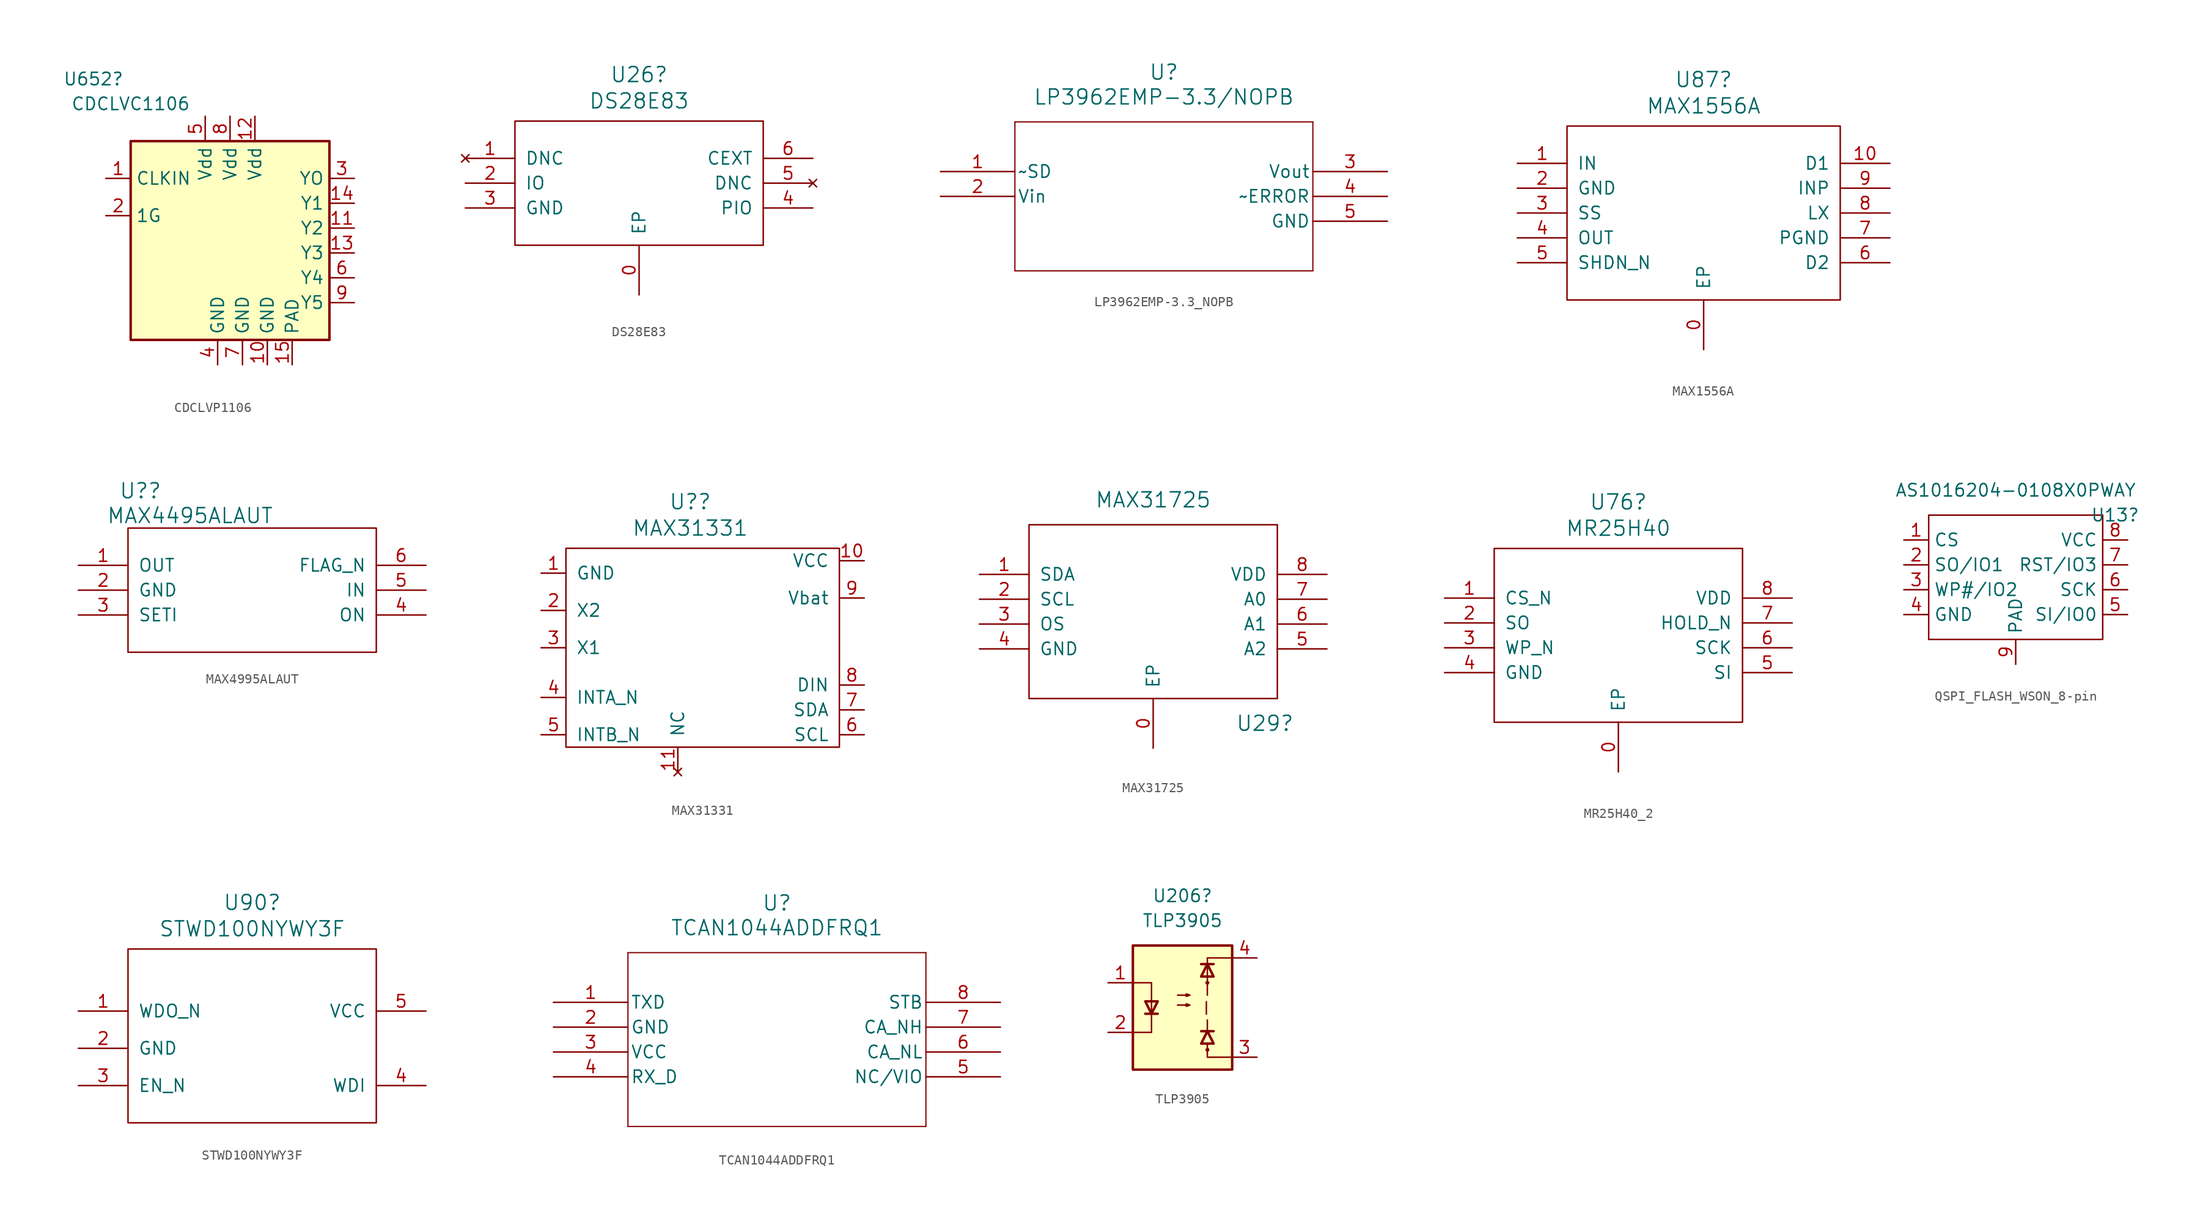
<source format=kicad_sym>
(kicad_symbol_lib
  (version 20241209)
  (generator "kicad_symbol_editor")
  (generator_version "9.0")
  (symbol "CDCLVP1106"
    (property "Reference" "U652"
      (at -13.97 16.51 0)
      (effects (font (size 1.27 1.27))))
    (property "Value" "CDCLVC1106"
      (at -10.16 13.97 0)
      (effects (font (size 1.27 1.27))))
    (symbol "CDCLVP1106_0_0"
      (pin input line (at -12.7 6.35 0) (length 2.54) (name "CLKIN" (effects (font (size 1.27 1.27)))) (number "1" (effects (font (size 1.27 1.27)))))
      (pin input line (at -12.7 2.54 0) (length 2.54) (name "1G" (effects (font (size 1.27 1.27)))) (number "2" (effects (font (size 1.27 1.27)))))
      (pin power_in line (at -2.54 12.7 270) (length 2.54) (name "Vdd" (effects (font (size 1.27 1.27)))) (number "5" (effects (font (size 1.27 1.27)))))
      (pin power_in line (at -1.27 -12.7 90) (length 2.54) (name "GND" (effects (font (size 1.27 1.27)))) (number "4" (effects (font (size 1.27 1.27)))))
      (pin power_in line (at 0 12.7 270) (length 2.54) (name "Vdd" (effects (font (size 1.27 1.27)))) (number "8" (effects (font (size 1.27 1.27)))))
      (pin power_in line (at 1.27 -12.7 90) (length 2.54) (name "GND" (effects (font (size 1.27 1.27)))) (number "7" (effects (font (size 1.27 1.27)))))
      (pin power_in line (at 2.54 12.7 270) (length 2.54) (name "Vdd" (effects (font (size 1.27 1.27)))) (number "12" (effects (font (size 1.27 1.27)))))
      (pin power_in line (at 3.81 -12.7 90) (length 2.54) (name "GND" (effects (font (size 1.27 1.27)))) (number "10" (effects (font (size 1.27 1.27)))))
      (pin output line (at 12.7 6.35 180) (length 2.54) (name "YO" (effects (font (size 1.27 1.27)))) (number "3" (effects (font (size 1.27 1.27)))))
      (pin output line (at 12.7 3.81 180) (length 2.54) (name "Y1" (effects (font (size 1.27 1.27)))) (number "14" (effects (font (size 1.27 1.27)))))
      (pin output line (at 12.7 1.27 180) (length 2.54) (name "Y2" (effects (font (size 1.27 1.27)))) (number "11" (effects (font (size 1.27 1.27)))))
      (pin output line (at 12.7 -1.27 180) (length 2.54) (name "Y3" (effects (font (size 1.27 1.27)))) (number "13" (effects (font (size 1.27 1.27)))))
      (pin output line (at 12.7 -3.81 180) (length 2.54) (name "Y4" (effects (font (size 1.27 1.27)))) (number "6" (effects (font (size 1.27 1.27)))))
      (pin output line (at 12.7 -6.35 180) (length 2.54) (name "Y5" (effects (font (size 1.27 1.27)))) (number "9" (effects (font (size 1.27 1.27))))))
    (symbol "CDCLVP1106_0_1"
      (rectangle (start -10.16 10.16) (end 10.16 -10.16) (stroke (width 0.254) (type default)) (fill (type background))))
    (symbol "CDCLVP1106_1_1"
      (pin power_in line (at 6.35 -12.7 90) (length 2.54) (name "PAD" (effects (font (size 1.27 1.27)))) (number "15" (effects (font (size 1.27 1.27)))))))
  (symbol "DS28E83"
    (pin_names
      (offset 1.016))
    (property "Reference" "U26"
      (at 0 11.1 0)
      (effects (font (size 1.524 1.524))))
    (property "Value" "DS28E83"
      (at 0 8.407 0)
      (effects (font (size 1.524 1.524))))
    (symbol "DS28E83_0_1"
      (rectangle (start -12.7 6.35) (end 12.7 -6.35) (stroke (width 0) (type default)) (fill (type none))))
    (symbol "DS28E83_1_1"
      (pin no_connect line (at -17.78 2.54 0) (length 5.08) (name "DNC" (effects (font (size 1.27 1.27)))) (number "1" (effects (font (size 1.27 1.27)))))
      (pin bidirectional line (at -17.78 0 0) (length 5.08) (name "IO" (effects (font (size 1.27 1.27)))) (number "2" (effects (font (size 1.27 1.27)))))
      (pin power_in line (at -17.78 -2.54 0) (length 5.08) (name "GND" (effects (font (size 1.27 1.27)))) (number "3" (effects (font (size 1.27 1.27)))))
      (pin power_in line (at 0 -11.43 90) (length 5.08) (name "EP" (effects (font (size 1.27 1.27)))) (number "0" (effects (font (size 1.27 1.27)))))
      (pin passive line (at 17.78 2.54 180) (length 5.08) (name "CEXT" (effects (font (size 1.27 1.27)))) (number "6" (effects (font (size 1.27 1.27)))))
      (pin no_connect line (at 17.78 0 180) (length 5.08) (name "DNC" (effects (font (size 1.27 1.27)))) (number "5" (effects (font (size 1.27 1.27)))))
      (pin bidirectional line (at 17.78 -2.54 180) (length 5.08) (name "PIO" (effects (font (size 1.27 1.27)))) (number "4" (effects (font (size 1.27 1.27)))))))
  (symbol "LP3962EMP-3.3_NOPB"
    (pin_names
      (offset 0.254))
    (property "Reference" "U"
      (at 22.86 10.16 0)
      (effects (font (size 1.524 1.524))))
    (property "Value" "LP3962EMP-3.3/NOPB"
      (at 22.86 7.62 0)
      (effects (font (size 1.524 1.524))))
    (symbol "LP3962EMP-3.3_NOPB_0_1"
      (polyline (pts (xy 7.62 5.08) (xy 7.62 -10.16)) (stroke (width 0.127) (type default)) (fill (type none)))
      (polyline (pts (xy 7.62 -10.16) (xy 38.1 -10.16)) (stroke (width 0.127) (type default)) (fill (type none)))
      (polyline (pts (xy 38.1 5.08) (xy 7.62 5.08)) (stroke (width 0.127) (type default)) (fill (type none)))
      (polyline (pts (xy 38.1 -10.16) (xy 38.1 5.08)) (stroke (width 0.127) (type default)) (fill (type none)))
      (pin passive line (at 0 0 0) (length 7.62) (name "~SD" (effects (font (size 1.27 1.27)))) (number "1" (effects (font (size 1.27 1.27)))))
      (pin input line (at 0 -2.54 0) (length 7.62) (name "Vin" (effects (font (size 1.27 1.27)))) (number "2" (effects (font (size 1.27 1.27)))))
      (pin power_out line (at 45.72 0 180) (length 7.62) (name "Vout" (effects (font (size 1.27 1.27)))) (number "3" (effects (font (size 1.27 1.27)))))
      (pin passive line (at 45.72 -2.54 180) (length 7.62) (name "~ERROR" (effects (font (size 1.27 1.27)))) (number "4" (effects (font (size 1.27 1.27)))))
      (pin passive line (at 45.72 -5.08 180) (length 7.62) (name "GND" (effects (font (size 1.27 1.27)))) (number "5" (effects (font (size 1.27 1.27)))))))
  (symbol "MAX1556A"
    (pin_names
      (offset 1.016))
    (property "Reference" "U87"
      (at 0 13.64 0)
      (effects (font (size 1.524 1.524))))
    (property "Value" "MAX1556A"
      (at 0 10.947 0)
      (effects (font (size 1.524 1.524))))
    (symbol "MAX1556A_0_1"
      (rectangle (start -13.97 8.89) (end 13.97 -8.89) (stroke (width 0) (type default)) (fill (type none))))
    (symbol "MAX1556A_1_1"
      (pin power_in line (at -19.05 5.08 0) (length 5.08) (name "IN" (effects (font (size 1.27 1.27)))) (number "1" (effects (font (size 1.27 1.27)))))
      (pin power_in line (at -19.05 2.54 0) (length 5.08) (name "GND" (effects (font (size 1.27 1.27)))) (number "2" (effects (font (size 1.27 1.27)))))
      (pin passive line (at -19.05 0 0) (length 5.08) (name "SS" (effects (font (size 1.27 1.27)))) (number "3" (effects (font (size 1.27 1.27)))))
      (pin power_out line (at -19.05 -2.54 0) (length 5.08) (name "OUT" (effects (font (size 1.27 1.27)))) (number "4" (effects (font (size 1.27 1.27)))))
      (pin input line (at -19.05 -5.08 0) (length 5.08) (name "SHDN_N" (effects (font (size 1.27 1.27)))) (number "5" (effects (font (size 1.27 1.27)))))
      (pin power_in line (at 0 -13.97 90) (length 5.08) (name "EP" (effects (font (size 1.27 1.27)))) (number "0" (effects (font (size 1.27 1.27)))))
      (pin input line (at 19.05 5.08 180) (length 5.08) (name "D1" (effects (font (size 1.27 1.27)))) (number "10" (effects (font (size 1.27 1.27)))))
      (pin power_in line (at 19.05 2.54 180) (length 5.08) (name "INP" (effects (font (size 1.27 1.27)))) (number "9" (effects (font (size 1.27 1.27)))))
      (pin passive line (at 19.05 0 180) (length 5.08) (name "LX" (effects (font (size 1.27 1.27)))) (number "8" (effects (font (size 1.27 1.27)))))
      (pin power_in line (at 19.05 -2.54 180) (length 5.08) (name "PGND" (effects (font (size 1.27 1.27)))) (number "7" (effects (font (size 1.27 1.27)))))
      (pin input line (at 19.05 -5.08 180) (length 5.08) (name "D2" (effects (font (size 1.27 1.27)))) (number "6" (effects (font (size 1.27 1.27)))))))
  (symbol "MAX4995ALAUT"
    (pin_names
      (offset 1.016))
    (property "Reference" "U?"
      (at -11.43 10.16 0)
      (effects (font (size 1.524 1.524))))
    (property "Value" "MAX4495ALAUT"
      (at -6.35 7.62 0)
      (effects (font (size 1.524 1.524))))
    (symbol "MAX4995ALAUT_0_1"
      (rectangle (start -12.7 6.35) (end 12.7 -6.35) (stroke (width 0) (type default)) (fill (type none))))
    (symbol "MAX4995ALAUT_1_1"
      (pin power_in line (at -17.78 2.54 0) (length 5.08) (name "OUT" (effects (font (size 1.27 1.27)))) (number "1" (effects (font (size 1.27 1.27)))))
      (pin power_in line (at -17.78 0 0) (length 5.08) (name "GND" (effects (font (size 1.27 1.27)))) (number "2" (effects (font (size 1.27 1.27)))))
      (pin passive line (at -17.78 -2.54 0) (length 5.08) (name "SETI" (effects (font (size 1.27 1.27)))) (number "3" (effects (font (size 1.27 1.27)))))
      (pin open_collector line (at 17.78 2.54 180) (length 5.08) (name "FLAG_N" (effects (font (size 1.27 1.27)))) (number "6" (effects (font (size 1.27 1.27)))))
      (pin power_in line (at 17.78 0 180) (length 5.08) (name "IN" (effects (font (size 1.27 1.27)))) (number "5" (effects (font (size 1.27 1.27)))))
      (pin input line (at 17.78 -2.54 180) (length 5.08) (name "ON" (effects (font (size 1.27 1.27)))) (number "4" (effects (font (size 1.27 1.27)))))))
  (symbol "MAX31331"
    (pin_names
      (offset 1.016))
    (property "Reference" "U?"
      (at -1.27 14.91 0)
      (effects (font (size 1.524 1.524))))
    (property "Value" "MAX31331"
      (at -1.27 12.217 0)
      (effects (font (size 1.524 1.524))))
    (symbol "MAX31331_0_1"
      (rectangle (start -13.97 10.16) (end 13.97 -10.16) (stroke (width 0) (type default)) (fill (type none))))
    (symbol "MAX31331_1_1"
      (pin power_in line (at -16.51 7.62 0) (length 2.54) (name "GND" (effects (font (size 1.27 1.27)))) (number "1" (effects (font (size 1.27 1.27)))))
      (pin input line (at -16.51 3.81 0) (length 2.54) (name "X2" (effects (font (size 1.27 1.27)))) (number "2" (effects (font (size 1.27 1.27)))))
      (pin input line (at -16.51 0 0) (length 2.54) (name "X1" (effects (font (size 1.27 1.27)))) (number "3" (effects (font (size 1.27 1.27)))))
      (pin open_collector line (at -16.51 -5.08 0) (length 2.54) (name "INTA_N" (effects (font (size 1.27 1.27)))) (number "4" (effects (font (size 1.27 1.27)))))
      (pin open_collector line (at -16.51 -8.89 0) (length 2.54) (name "INTB_N" (effects (font (size 1.27 1.27)))) (number "5" (effects (font (size 1.27 1.27)))))
      (pin no_connect line (at -2.54 -12.7 90) (length 2.54) (name "NC" (effects (font (size 1.27 1.27)))) (number "11" (effects (font (size 1.27 1.27)))))
      (pin power_in line (at 16.51 8.89 180) (length 2.54) (name "VCC" (effects (font (size 1.27 1.27)))) (number "10" (effects (font (size 1.27 1.27)))))
      (pin power_in line (at 16.51 5.08 180) (length 2.54) (name "Vbat" (effects (font (size 1.27 1.27)))) (number "9" (effects (font (size 1.27 1.27)))))
      (pin input line (at 16.51 -3.81 180) (length 2.54) (name "DIN" (effects (font (size 1.27 1.27)))) (number "8" (effects (font (size 1.27 1.27)))))
      (pin tri_state line (at 16.51 -6.35 180) (length 2.54) (name "SDA" (effects (font (size 1.27 1.27)))) (number "7" (effects (font (size 1.27 1.27)))))
      (pin input line (at 16.51 -8.89 180) (length 2.54) (name "SCL" (effects (font (size 1.27 1.27)))) (number "6" (effects (font (size 1.27 1.27)))))))
  (symbol "MAX31725"
    (pin_names
      (offset 1.016))
    (property "Reference" "U29"
      (at 11.43 -11.43 0)
      (effects (font (size 1.524 1.524))))
    (property "Value" "MAX31725"
      (at 0 11.43 0)
      (effects (font (size 1.524 1.524))))
    (symbol "MAX31725_0_1"
      (rectangle (start -12.7 8.89) (end 12.7 -8.89) (stroke (width 0) (type default)) (fill (type none))))
    (symbol "MAX31725_1_1"
      (pin input line (at -17.78 3.81 0) (length 5.08) (name "SDA" (effects (font (size 1.27 1.27)))) (number "1" (effects (font (size 1.27 1.27)))))
      (pin input line (at -17.78 1.27 0) (length 5.08) (name "SCL" (effects (font (size 1.27 1.27)))) (number "2" (effects (font (size 1.27 1.27)))))
      (pin input line (at -17.78 -1.27 0) (length 5.08) (name "OS" (effects (font (size 1.27 1.27)))) (number "3" (effects (font (size 1.27 1.27)))))
      (pin input line (at -17.78 -3.81 0) (length 5.08) (name "GND" (effects (font (size 1.27 1.27)))) (number "4" (effects (font (size 1.27 1.27)))))
      (pin input line (at 0 -13.97 90) (length 5.08) (name "EP" (effects (font (size 1.27 1.27)))) (number "0" (effects (font (size 1.27 1.27)))))
      (pin input line (at 17.78 3.81 180) (length 5.08) (name "VDD" (effects (font (size 1.27 1.27)))) (number "8" (effects (font (size 1.27 1.27)))))
      (pin input line (at 17.78 1.27 180) (length 5.08) (name "A0" (effects (font (size 1.27 1.27)))) (number "7" (effects (font (size 1.27 1.27)))))
      (pin input line (at 17.78 -1.27 180) (length 5.08) (name "A1" (effects (font (size 1.27 1.27)))) (number "6" (effects (font (size 1.27 1.27)))))
      (pin input line (at 17.78 -3.81 180) (length 5.08) (name "A2" (effects (font (size 1.27 1.27)))) (number "5" (effects (font (size 1.27 1.27)))))))
  (symbol "MR25H40_2"
    (pin_names
      (offset 1.016))
    (property "Reference" "U76"
      (at 0 13.64 0)
      (effects (font (size 1.524 1.524))))
    (property "Value" "MR25H40"
      (at 0 10.947 0)
      (effects (font (size 1.524 1.524))))
    (symbol "MR25H40_2_0_1"
      (rectangle (start -12.7 8.89) (end 12.7 -8.89) (stroke (width 0) (type default)) (fill (type none))))
    (symbol "MR25H40_2_1_1"
      (pin input line (at -17.78 3.81 0) (length 5.08) (name "CS_N" (effects (font (size 1.27 1.27)))) (number "1" (effects (font (size 1.27 1.27)))))
      (pin tri_state line (at -17.78 1.27 0) (length 5.08) (name "SO" (effects (font (size 1.27 1.27)))) (number "2" (effects (font (size 1.27 1.27)))))
      (pin input line (at -17.78 -1.27 0) (length 5.08) (name "WP_N" (effects (font (size 1.27 1.27)))) (number "3" (effects (font (size 1.27 1.27)))))
      (pin power_in line (at -17.78 -3.81 0) (length 5.08) (name "GND" (effects (font (size 1.27 1.27)))) (number "4" (effects (font (size 1.27 1.27)))))
      (pin power_in line (at 0 -13.97 90) (length 5.08) (name "EP" (effects (font (size 1.27 1.27)))) (number "0" (effects (font (size 1.27 1.27)))))
      (pin power_in line (at 17.78 3.81 180) (length 5.08) (name "VDD" (effects (font (size 1.27 1.27)))) (number "8" (effects (font (size 1.27 1.27)))))
      (pin input line (at 17.78 1.27 180) (length 5.08) (name "HOLD_N" (effects (font (size 1.27 1.27)))) (number "7" (effects (font (size 1.27 1.27)))))
      (pin input line (at 17.78 -1.27 180) (length 5.08) (name "SCK" (effects (font (size 1.27 1.27)))) (number "6" (effects (font (size 1.27 1.27)))))
      (pin input line (at 17.78 -3.81 180) (length 5.08) (name "SI" (effects (font (size 1.27 1.27)))) (number "5" (effects (font (size 1.27 1.27)))))))
  (symbol "QSPI_FLASH_WSON_8-pin"
    (property "Reference" "U13"
      (at 10.16 6.35 0)
      (effects (font (size 1.27 1.27))))
    (property "Value" "AS1016204-0108X0PWAY"
      (at 0 8.89 0)
      (effects (font (size 1.27 1.27))))
    (symbol "QSPI_FLASH_WSON_8-pin_0_1"
      (rectangle (start -8.89 6.35) (end 8.89 -6.35) (stroke (width 0) (type default)) (fill (type none))))
    (symbol "QSPI_FLASH_WSON_8-pin_1_1"
      (pin input line (at -11.43 3.81 0) (length 2.54) (name "CS" (effects (font (size 1.27 1.27)))) (number "1" (effects (font (size 1.27 1.27)))))
      (pin input line (at -11.43 1.27 0) (length 2.54) (name "SO/IO1" (effects (font (size 1.27 1.27)))) (number "2" (effects (font (size 1.27 1.27)))))
      (pin input line (at -11.43 -1.27 0) (length 2.54) (name "WP#/IO2" (effects (font (size 1.27 1.27)))) (number "3" (effects (font (size 1.27 1.27)))))
      (pin power_in line (at -11.43 -3.81 0) (length 2.54) (name "GND" (effects (font (size 1.27 1.27)))) (number "4" (effects (font (size 1.27 1.27)))))
      (pin passive line (at 0 -8.89 90) (length 2.54) (name "PAD" (effects (font (size 1.27 1.27)))) (number "9" (effects (font (size 1.27 1.27)))))
      (pin power_in line (at 11.43 3.81 180) (length 2.54) (name "VCC" (effects (font (size 1.27 1.27)))) (number "8" (effects (font (size 1.27 1.27)))))
      (pin input line (at 11.43 1.27 180) (length 2.54) (name "RST/IO3" (effects (font (size 1.27 1.27)))) (number "7" (effects (font (size 1.27 1.27)))))
      (pin input line (at 11.43 -1.27 180) (length 2.54) (name "SCK" (effects (font (size 1.27 1.27)))) (number "6" (effects (font (size 1.27 1.27)))))
      (pin input line (at 11.43 -3.81 180) (length 2.54) (name "SI/IO0" (effects (font (size 1.27 1.27)))) (number "5" (effects (font (size 1.27 1.27)))))))
  (symbol "STWD100NYWY3F"
    (pin_names
      (offset 1.016))
    (property "Reference" "U90"
      (at 0 14.91 0)
      (effects (font (size 1.524 1.524))))
    (property "Value" "STWD100NYWY3F"
      (at 0 12.217 0)
      (effects (font (size 1.524 1.524))))
    (symbol "STWD100NYWY3F_0_1"
      (rectangle (start -12.7 10.16) (end 12.7 -7.62) (stroke (width 0) (type default)) (fill (type none))))
    (symbol "STWD100NYWY3F_1_1"
      (pin open_collector line (at -17.78 3.81 0) (length 5.08) (name "WDO_N" (effects (font (size 1.27 1.27)))) (number "1" (effects (font (size 1.27 1.27)))))
      (pin power_in line (at -17.78 0 0) (length 5.08) (name "GND" (effects (font (size 1.27 1.27)))) (number "2" (effects (font (size 1.27 1.27)))))
      (pin input line (at -17.78 -3.81 0) (length 5.08) (name "EN_N" (effects (font (size 1.27 1.27)))) (number "3" (effects (font (size 1.27 1.27)))))
      (pin power_in line (at 17.78 3.81 180) (length 5.08) (name "VCC" (effects (font (size 1.27 1.27)))) (number "5" (effects (font (size 1.27 1.27)))))
      (pin input line (at 17.78 -3.81 180) (length 5.08) (name "WDI" (effects (font (size 1.27 1.27)))) (number "4" (effects (font (size 1.27 1.27)))))))
  (symbol "TCAN1044ADDFRQ1"
    (pin_names
      (offset 0.254))
    (property "Reference" "U"
      (at 22.86 10.16 0)
      (effects (font (size 1.524 1.524))))
    (property "Value" "TCAN1044ADDFRQ1"
      (at 22.86 7.62 0)
      (effects (font (size 1.524 1.524))))
    (symbol "TCAN1044ADDFRQ1_0_1"
      (polyline (pts (xy 7.62 5.08) (xy 7.62 -12.7)) (stroke (width 0.127) (type default)) (fill (type none)))
      (polyline (pts (xy 7.62 -12.7) (xy 38.1 -12.7)) (stroke (width 0.127) (type default)) (fill (type none)))
      (polyline (pts (xy 38.1 5.08) (xy 7.62 5.08)) (stroke (width 0.127) (type default)) (fill (type none)))
      (polyline (pts (xy 38.1 -12.7) (xy 38.1 5.08)) (stroke (width 0.127) (type default)) (fill (type none)))
      (pin bidirectional line (at 45.72 -2.54 180) (length 7.62) (name "CA_NH" (effects (font (size 1.27 1.27)))) (number "7" (effects (font (size 1.27 1.27)))))
      (pin bidirectional line (at 45.72 -5.08 180) (length 7.62) (name "CA_NL" (effects (font (size 1.27 1.27)))) (number "6" (effects (font (size 1.27 1.27)))))
      (pin power_in line (at 45.72 -7.62 180) (length 7.62) (name "NC/VIO" (effects (font (size 1.27 1.27)))) (number "5" (effects (font (size 1.27 1.27))))))
    (symbol "TCAN1044ADDFRQ1_1_1"
      (pin input line (at 0 0 0) (length 7.62) (name "TXD" (effects (font (size 1.27 1.27)))) (number "1" (effects (font (size 1.27 1.27)))))
      (pin power_in line (at 0 -2.54 0) (length 7.62) (name "GND" (effects (font (size 1.27 1.27)))) (number "2" (effects (font (size 1.27 1.27)))))
      (pin power_in line (at 0 -5.08 0) (length 7.62) (name "VCC" (effects (font (size 1.27 1.27)))) (number "3" (effects (font (size 1.27 1.27)))))
      (pin output line (at 0 -7.62 0) (length 7.62) (name "RX_D" (effects (font (size 1.27 1.27)))) (number "4" (effects (font (size 1.27 1.27)))))
      (pin input line (at 45.72 0 180) (length 7.62) (name "STB" (effects (font (size 1.27 1.27)))) (number "8" (effects (font (size 1.27 1.27)))))))
  (symbol "TLP3905"
    (pin_names
      (offset 1.016))
    (property "Reference" "U206"
      (at 0 11.43 0)
      (effects (font (size 1.27 1.27))))
    (property "Value" "TLP3905"
      (at 0 8.89 0)
      (effects (font (size 1.27 1.27))))
    (symbol "TLP3905_0_1"
      (rectangle (start -5.08 6.35) (end 5.08 -6.35) (stroke (width 0.254) (type default)) (fill (type background)))
      (polyline (pts (xy -5.08 2.54) (xy -3.175 2.54) (xy -3.175 -2.54) (xy -5.08 -2.54)) (stroke (width 0) (type default)) (fill (type none)))
      (polyline (pts (xy -3.81 -0.635) (xy -2.54 -0.635)) (stroke (width 0.254) (type default)) (fill (type none)))
      (polyline (pts (xy -3.175 -0.635) (xy -3.81 0.635) (xy -2.54 0.635) (xy -3.175 -0.635)) (stroke (width 0.254) (type default)) (fill (type none)))
      (polyline (pts (xy -0.508 1.27) (xy 0.762 1.27) (xy 0.381 1.143) (xy 0.381 1.397) (xy 0.762 1.27)) (stroke (width 0) (type default)) (fill (type none)))
      (polyline (pts (xy -0.508 0.254) (xy 0.762 0.254) (xy 0.381 0.127) (xy 0.381 0.381) (xy 0.762 0.254)) (stroke (width 0) (type default)) (fill (type none)))
      (polyline (pts (xy 1.905 4.445) (xy 3.175 4.445)) (stroke (width 0.254) (type default)) (fill (type none)))
      (polyline (pts (xy 1.911 -2.417) (xy 3.181 -2.417)) (stroke (width 0.254) (type default)) (fill (type none)))
      (polyline (pts (xy 2.439 -0.669) (xy 2.439 0.601)) (stroke (width 0) (type default)) (fill (type none)))
      (polyline (pts (xy 2.54 5.08) (xy 2.54 3.81)) (stroke (width 0) (type default)) (fill (type none)))
      (polyline (pts (xy 2.54 5.08) (xy 5.08 5.08)) (stroke (width 0) (type default)) (fill (type none)))
      (polyline (pts (xy 2.54 4.445) (xy 1.905 3.175) (xy 3.175 3.175) (xy 2.54 4.445)) (stroke (width 0.254) (type default)) (fill (type none)))
      (circle (center 2.54 2.54) (radius 0.127) (stroke (width 0) (type default)) (fill (type none)))
      (polyline (pts (xy 2.54 1.27) (xy 2.54 3.81)) (stroke (width 0) (type default)) (fill (type none)))
      (polyline (pts (xy 2.54 -2.54) (xy 2.54 -1.27)) (stroke (width 0) (type default)) (fill (type none)))
      (polyline (pts (xy 2.54 -3.81) (xy 2.54 -5.08) (xy 5.08 -5.08)) (stroke (width 0) (type default)) (fill (type none)))
      (polyline (pts (xy 2.546 -2.417) (xy 1.911 -3.687) (xy 3.181 -3.687) (xy 2.546 -2.417)) (stroke (width 0.254) (type default)) (fill (type none)))
      (circle (center 2.546 -4.322) (radius 0.127) (stroke (width 0) (type default)) (fill (type none))))
    (symbol "TLP3905_1_1"
      (pin passive line (at -7.62 2.54 0) (length 2.54) (name "~" (effects (font (size 1.27 1.27)))) (number "1" (effects (font (size 1.27 1.27)))))
      (pin passive line (at -7.62 -2.54 0) (length 2.54) (name "~" (effects (font (size 1.27 1.27)))) (number "2" (effects (font (size 1.27 1.27)))))
      (pin passive line (at 7.62 5.08 180) (length 2.54) (name "~" (effects (font (size 1.27 1.27)))) (number "4" (effects (font (size 1.27 1.27)))))
      (pin passive line (at 7.62 -5.08 180) (length 2.54) (name "~" (effects (font (size 1.27 1.27)))) (number "3" (effects (font (size 1.27 1.27))))))))
</source>
